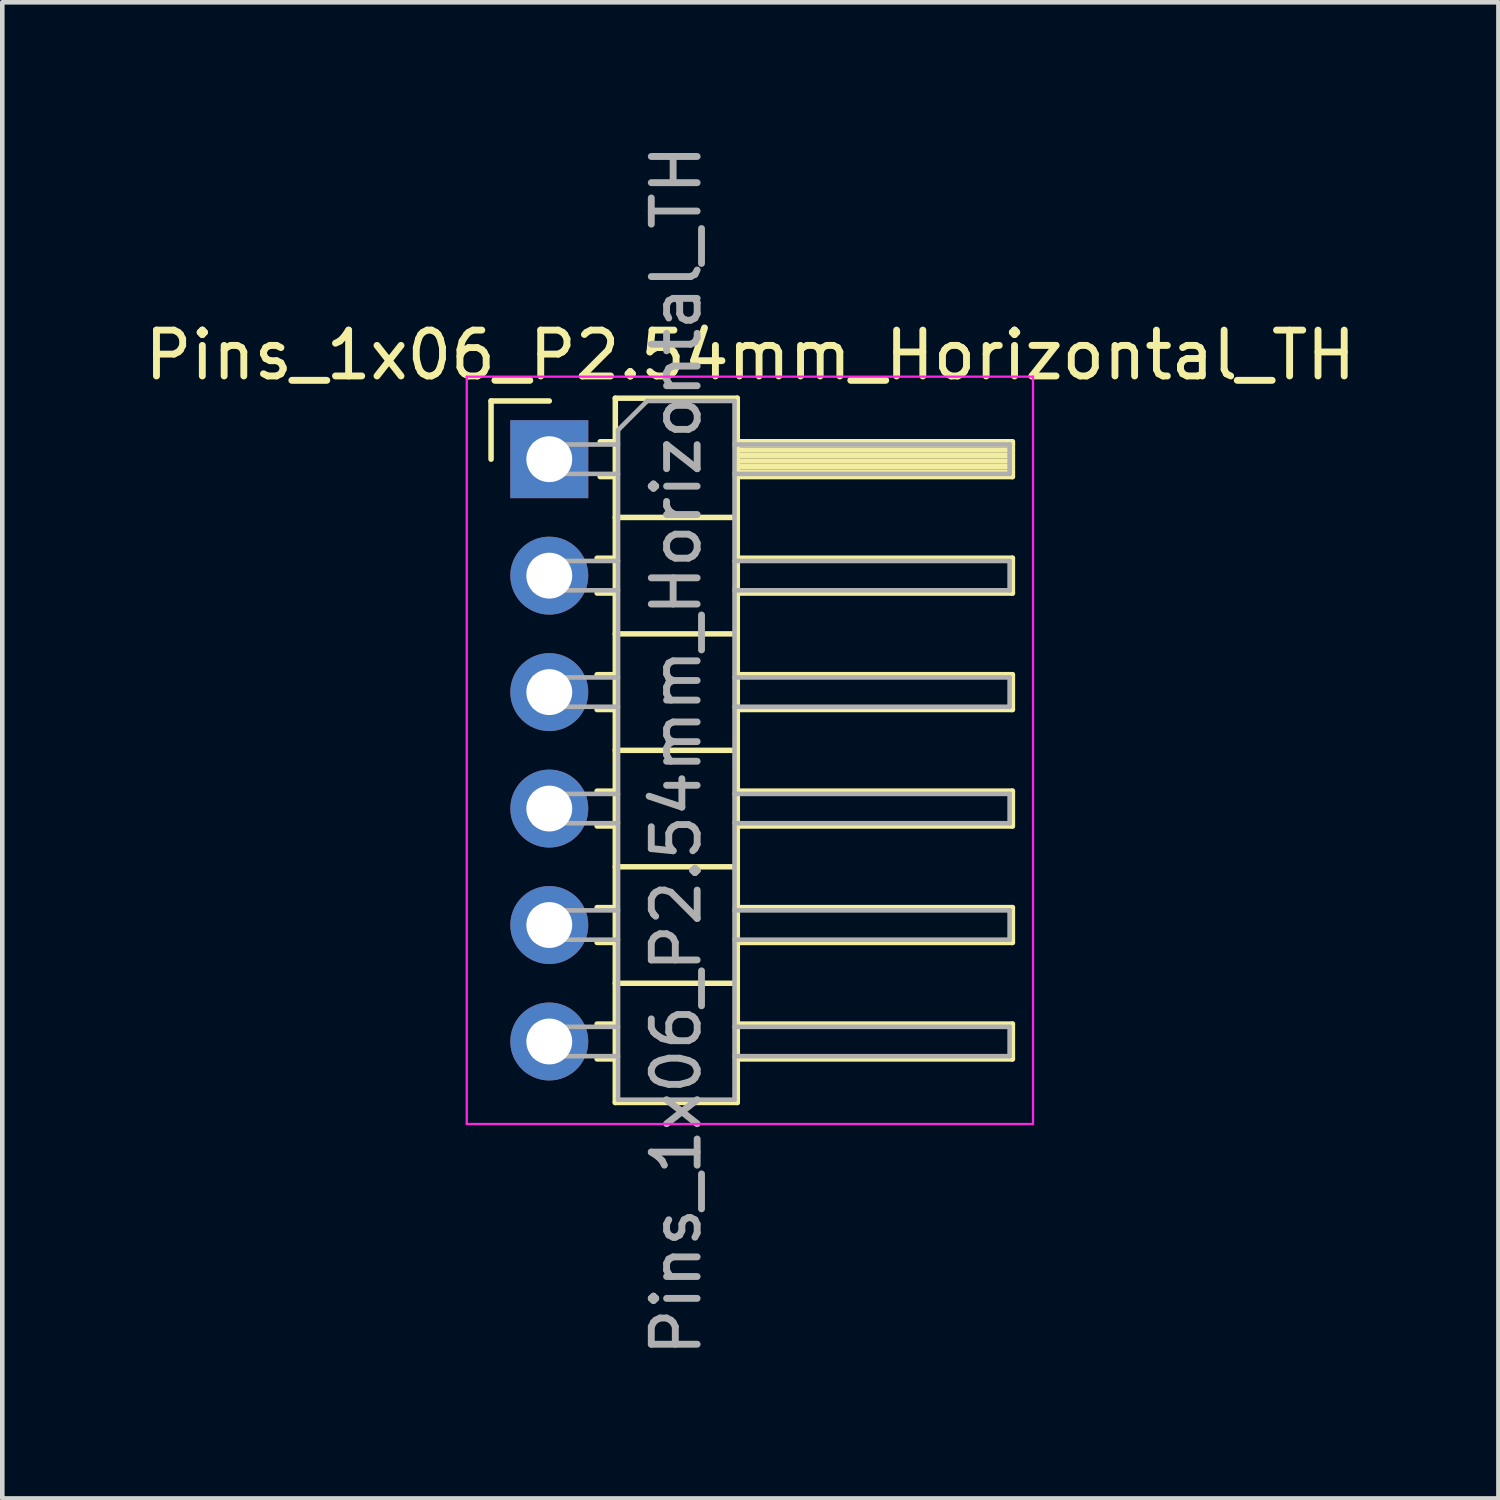
<source format=kicad_pcb>
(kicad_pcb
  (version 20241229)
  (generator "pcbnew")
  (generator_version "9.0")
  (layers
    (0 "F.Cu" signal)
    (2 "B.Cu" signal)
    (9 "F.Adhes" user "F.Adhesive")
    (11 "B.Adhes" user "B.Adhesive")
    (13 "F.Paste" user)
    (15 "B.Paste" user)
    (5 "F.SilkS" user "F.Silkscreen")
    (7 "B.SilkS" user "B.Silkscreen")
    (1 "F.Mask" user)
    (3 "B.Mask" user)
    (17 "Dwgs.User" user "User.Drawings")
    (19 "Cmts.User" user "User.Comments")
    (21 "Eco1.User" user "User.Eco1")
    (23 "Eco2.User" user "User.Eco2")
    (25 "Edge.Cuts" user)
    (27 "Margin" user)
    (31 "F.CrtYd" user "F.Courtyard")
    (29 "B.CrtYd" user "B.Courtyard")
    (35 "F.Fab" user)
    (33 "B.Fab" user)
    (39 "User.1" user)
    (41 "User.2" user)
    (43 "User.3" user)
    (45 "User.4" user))
  (footprint "Pins_1x06_P2.54mm_Horizontal_TH"
    (layer "F.Cu")
    (at 8.93 13.315)
    (property "Reference" "Pins_1x06_P2.54mm_Horizontal_TH" (at 4.385 -8.62 0) (layer "F.SilkS") (effects (font (size 1 1) (thickness 0.15))))
    (attr through_hole)
    (fp_line (start -1.27 -7.62) (end 0 -7.62) (stroke (width 0.12) (type solid)) (layer "F.SilkS"))
    (fp_line (start -1.27 -6.35) (end -1.27 -7.62) (stroke (width 0.12) (type solid)) (layer "F.SilkS"))
    (fp_line (start 1.043 -4.19) (end 1.44 -4.19) (stroke (width 0.12) (type solid)) (layer "F.SilkS"))
    (fp_line (start 1.043 -3.43) (end 1.44 -3.43) (stroke (width 0.12) (type solid)) (layer "F.SilkS"))
    (fp_line (start 1.043 -1.65) (end 1.44 -1.65) (stroke (width 0.12) (type solid)) (layer "F.SilkS"))
    (fp_line (start 1.043 -0.89) (end 1.44 -0.89) (stroke (width 0.12) (type solid)) (layer "F.SilkS"))
    (fp_line (start 1.043 0.89) (end 1.44 0.89) (stroke (width 0.12) (type solid)) (layer "F.SilkS"))
    (fp_line (start 1.043 1.65) (end 1.44 1.65) (stroke (width 0.12) (type solid)) (layer "F.SilkS"))
    (fp_line (start 1.043 3.43) (end 1.44 3.43) (stroke (width 0.12) (type solid)) (layer "F.SilkS"))
    (fp_line (start 1.043 4.19) (end 1.44 4.19) (stroke (width 0.12) (type solid)) (layer "F.SilkS"))
    (fp_line (start 1.043 5.97) (end 1.44 5.97) (stroke (width 0.12) (type solid)) (layer "F.SilkS"))
    (fp_line (start 1.043 6.73) (end 1.44 6.73) (stroke (width 0.12) (type solid)) (layer "F.SilkS"))
    (fp_line (start 1.11 -6.73) (end 1.44 -6.73) (stroke (width 0.12) (type solid)) (layer "F.SilkS"))
    (fp_line (start 1.11 -5.97) (end 1.44 -5.97) (stroke (width 0.12) (type solid)) (layer "F.SilkS"))
    (fp_line (start 1.44 -7.68) (end 1.44 7.68) (stroke (width 0.12) (type solid)) (layer "F.SilkS"))
    (fp_line (start 1.44 -5.08) (end 4.1 -5.08) (stroke (width 0.12) (type solid)) (layer "F.SilkS"))
    (fp_line (start 1.44 -2.54) (end 4.1 -2.54) (stroke (width 0.12) (type solid)) (layer "F.SilkS"))
    (fp_line (start 1.44 0) (end 4.1 0) (stroke (width 0.12) (type solid)) (layer "F.SilkS"))
    (fp_line (start 1.44 2.54) (end 4.1 2.54) (stroke (width 0.12) (type solid)) (layer "F.SilkS"))
    (fp_line (start 1.44 5.08) (end 4.1 5.08) (stroke (width 0.12) (type solid)) (layer "F.SilkS"))
    (fp_line (start 1.44 7.68) (end 4.1 7.68) (stroke (width 0.12) (type solid)) (layer "F.SilkS"))
    (fp_line (start 4.1 -7.68) (end 1.44 -7.68) (stroke (width 0.12) (type solid)) (layer "F.SilkS"))
    (fp_line (start 4.1 -6.73) (end 10.1 -6.73) (stroke (width 0.12) (type solid)) (layer "F.SilkS"))
    (fp_line (start 4.1 -6.67) (end 10.1 -6.67) (stroke (width 0.12) (type solid)) (layer "F.SilkS"))
    (fp_line (start 4.1 -6.55) (end 10.1 -6.55) (stroke (width 0.12) (type solid)) (layer "F.SilkS"))
    (fp_line (start 4.1 -6.43) (end 10.1 -6.43) (stroke (width 0.12) (type solid)) (layer "F.SilkS"))
    (fp_line (start 4.1 -6.31) (end 10.1 -6.31) (stroke (width 0.12) (type solid)) (layer "F.SilkS"))
    (fp_line (start 4.1 -6.19) (end 10.1 -6.19) (stroke (width 0.12) (type solid)) (layer "F.SilkS"))
    (fp_line (start 4.1 -6.07) (end 10.1 -6.07) (stroke (width 0.12) (type solid)) (layer "F.SilkS"))
    (fp_line (start 4.1 -4.19) (end 10.1 -4.19) (stroke (width 0.12) (type solid)) (layer "F.SilkS"))
    (fp_line (start 4.1 -1.65) (end 10.1 -1.65) (stroke (width 0.12) (type solid)) (layer "F.SilkS"))
    (fp_line (start 4.1 0.89) (end 10.1 0.89) (stroke (width 0.12) (type solid)) (layer "F.SilkS"))
    (fp_line (start 4.1 3.43) (end 10.1 3.43) (stroke (width 0.12) (type solid)) (layer "F.SilkS"))
    (fp_line (start 4.1 5.97) (end 10.1 5.97) (stroke (width 0.12) (type solid)) (layer "F.SilkS"))
    (fp_line (start 4.1 7.68) (end 4.1 -7.68) (stroke (width 0.12) (type solid)) (layer "F.SilkS"))
    (fp_line (start 10.1 -6.73) (end 10.1 -5.97) (stroke (width 0.12) (type solid)) (layer "F.SilkS"))
    (fp_line (start 10.1 -5.97) (end 4.1 -5.97) (stroke (width 0.12) (type solid)) (layer "F.SilkS"))
    (fp_line (start 10.1 -4.19) (end 10.1 -3.43) (stroke (width 0.12) (type solid)) (layer "F.SilkS"))
    (fp_line (start 10.1 -3.43) (end 4.1 -3.43) (stroke (width 0.12) (type solid)) (layer "F.SilkS"))
    (fp_line (start 10.1 -1.65) (end 10.1 -0.89) (stroke (width 0.12) (type solid)) (layer "F.SilkS"))
    (fp_line (start 10.1 -0.89) (end 4.1 -0.89) (stroke (width 0.12) (type solid)) (layer "F.SilkS"))
    (fp_line (start 10.1 0.89) (end 10.1 1.65) (stroke (width 0.12) (type solid)) (layer "F.SilkS"))
    (fp_line (start 10.1 1.65) (end 4.1 1.65) (stroke (width 0.12) (type solid)) (layer "F.SilkS"))
    (fp_line (start 10.1 3.43) (end 10.1 4.19) (stroke (width 0.12) (type solid)) (layer "F.SilkS"))
    (fp_line (start 10.1 4.19) (end 4.1 4.19) (stroke (width 0.12) (type solid)) (layer "F.SilkS"))
    (fp_line (start 10.1 5.97) (end 10.1 6.73) (stroke (width 0.12) (type solid)) (layer "F.SilkS"))
    (fp_line (start 10.1 6.73) (end 4.1 6.73) (stroke (width 0.12) (type solid)) (layer "F.SilkS"))
    (fp_line (start -1.8 -8.15) (end -1.8 8.15) (stroke (width 0.05) (type solid)) (layer "F.CrtYd"))
    (fp_line (start -1.8 8.15) (end 10.55 8.15) (stroke (width 0.05) (type solid)) (layer "F.CrtYd"))
    (fp_line (start 10.55 -8.15) (end -1.8 -8.15) (stroke (width 0.05) (type solid)) (layer "F.CrtYd"))
    (fp_line (start 10.55 8.15) (end 10.55 -8.15) (stroke (width 0.05) (type solid)) (layer "F.CrtYd"))
    (fp_line (start -0.32 -6.67) (end -0.32 -6.03) (stroke (width 0.1) (type solid)) (layer "F.Fab"))
    (fp_line (start -0.32 -6.67) (end 1.5 -6.67) (stroke (width 0.1) (type solid)) (layer "F.Fab"))
    (fp_line (start -0.32 -6.03) (end 1.5 -6.03) (stroke (width 0.1) (type solid)) (layer "F.Fab"))
    (fp_line (start -0.32 -4.13) (end -0.32 -3.49) (stroke (width 0.1) (type solid)) (layer "F.Fab"))
    (fp_line (start -0.32 -4.13) (end 1.5 -4.13) (stroke (width 0.1) (type solid)) (layer "F.Fab"))
    (fp_line (start -0.32 -3.49) (end 1.5 -3.49) (stroke (width 0.1) (type solid)) (layer "F.Fab"))
    (fp_line (start -0.32 -1.59) (end -0.32 -0.95) (stroke (width 0.1) (type solid)) (layer "F.Fab"))
    (fp_line (start -0.32 -1.59) (end 1.5 -1.59) (stroke (width 0.1) (type solid)) (layer "F.Fab"))
    (fp_line (start -0.32 -0.95) (end 1.5 -0.95) (stroke (width 0.1) (type solid)) (layer "F.Fab"))
    (fp_line (start -0.32 0.95) (end -0.32 1.59) (stroke (width 0.1) (type solid)) (layer "F.Fab"))
    (fp_line (start -0.32 0.95) (end 1.5 0.95) (stroke (width 0.1) (type solid)) (layer "F.Fab"))
    (fp_line (start -0.32 1.59) (end 1.5 1.59) (stroke (width 0.1) (type solid)) (layer "F.Fab"))
    (fp_line (start -0.32 3.49) (end -0.32 4.13) (stroke (width 0.1) (type solid)) (layer "F.Fab"))
    (fp_line (start -0.32 3.49) (end 1.5 3.49) (stroke (width 0.1) (type solid)) (layer "F.Fab"))
    (fp_line (start -0.32 4.13) (end 1.5 4.13) (stroke (width 0.1) (type solid)) (layer "F.Fab"))
    (fp_line (start -0.32 6.03) (end -0.32 6.67) (stroke (width 0.1) (type solid)) (layer "F.Fab"))
    (fp_line (start -0.32 6.03) (end 1.5 6.03) (stroke (width 0.1) (type solid)) (layer "F.Fab"))
    (fp_line (start -0.32 6.67) (end 1.5 6.67) (stroke (width 0.1) (type solid)) (layer "F.Fab"))
    (fp_line (start 1.5 -6.985) (end 2.135 -7.62) (stroke (width 0.1) (type solid)) (layer "F.Fab"))
    (fp_line (start 1.5 7.62) (end 1.5 -6.985) (stroke (width 0.1) (type solid)) (layer "F.Fab"))
    (fp_line (start 2.135 -7.62) (end 4.04 -7.62) (stroke (width 0.1) (type solid)) (layer "F.Fab"))
    (fp_line (start 4.04 -7.62) (end 4.04 7.62) (stroke (width 0.1) (type solid)) (layer "F.Fab"))
    (fp_line (start 4.04 -6.67) (end 10.04 -6.67) (stroke (width 0.1) (type solid)) (layer "F.Fab"))
    (fp_line (start 4.04 -6.03) (end 10.04 -6.03) (stroke (width 0.1) (type solid)) (layer "F.Fab"))
    (fp_line (start 4.04 -4.13) (end 10.04 -4.13) (stroke (width 0.1) (type solid)) (layer "F.Fab"))
    (fp_line (start 4.04 -3.49) (end 10.04 -3.49) (stroke (width 0.1) (type solid)) (layer "F.Fab"))
    (fp_line (start 4.04 -1.59) (end 10.04 -1.59) (stroke (width 0.1) (type solid)) (layer "F.Fab"))
    (fp_line (start 4.04 -0.95) (end 10.04 -0.95) (stroke (width 0.1) (type solid)) (layer "F.Fab"))
    (fp_line (start 4.04 0.95) (end 10.04 0.95) (stroke (width 0.1) (type solid)) (layer "F.Fab"))
    (fp_line (start 4.04 1.59) (end 10.04 1.59) (stroke (width 0.1) (type solid)) (layer "F.Fab"))
    (fp_line (start 4.04 3.49) (end 10.04 3.49) (stroke (width 0.1) (type solid)) (layer "F.Fab"))
    (fp_line (start 4.04 4.13) (end 10.04 4.13) (stroke (width 0.1) (type solid)) (layer "F.Fab"))
    (fp_line (start 4.04 6.03) (end 10.04 6.03) (stroke (width 0.1) (type solid)) (layer "F.Fab"))
    (fp_line (start 4.04 6.67) (end 10.04 6.67) (stroke (width 0.1) (type solid)) (layer "F.Fab"))
    (fp_line (start 4.04 7.62) (end 1.5 7.62) (stroke (width 0.1) (type solid)) (layer "F.Fab"))
    (fp_line (start 10.04 -6.67) (end 10.04 -6.03) (stroke (width 0.1) (type solid)) (layer "F.Fab"))
    (fp_line (start 10.04 -4.13) (end 10.04 -3.49) (stroke (width 0.1) (type solid)) (layer "F.Fab"))
    (fp_line (start 10.04 -1.59) (end 10.04 -0.95) (stroke (width 0.1) (type solid)) (layer "F.Fab"))
    (fp_line (start 10.04 0.95) (end 10.04 1.59) (stroke (width 0.1) (type solid)) (layer "F.Fab"))
    (fp_line (start 10.04 3.49) (end 10.04 4.13) (stroke (width 0.1) (type solid)) (layer "F.Fab"))
    (fp_line (start 10.04 6.03) (end 10.04 6.67) (stroke (width 0.1) (type solid)) (layer "F.Fab"))
    (fp_text user "${REFERENCE}" (at 2.77 0 90) (layer "F.Fab") (effects (font (size 1 1) (thickness 0.15))))
    (pad "1" thru_hole rect (at 0 -6.35) (size 1.7 1.7) (drill 1) (layers "*.Cu" "*.Mask"))
    (pad "2" thru_hole oval (at 0 -3.81) (size 1.7 1.7) (drill 1) (layers "*.Cu" "*.Mask"))
    (pad "3" thru_hole oval (at 0 -1.27) (size 1.7 1.7) (drill 1) (layers "*.Cu" "*.Mask"))
    (pad "4" thru_hole oval (at 0 1.27) (size 1.7 1.7) (drill 1) (layers "*.Cu" "*.Mask"))
    (pad "5" thru_hole oval (at 0 3.81) (size 1.7 1.7) (drill 1) (layers "*.Cu" "*.Mask"))
    (pad "6" thru_hole oval (at 0 6.35) (size 1.7 1.7) (drill 1) (layers "*.Cu" "*.Mask")))
  (gr_rect
    (start -3 -3)
    (end 29.631 29.631)
    (stroke (width 0.1) (type default))
    (fill no)
    (layer "Edge.Cuts")))
</source>
